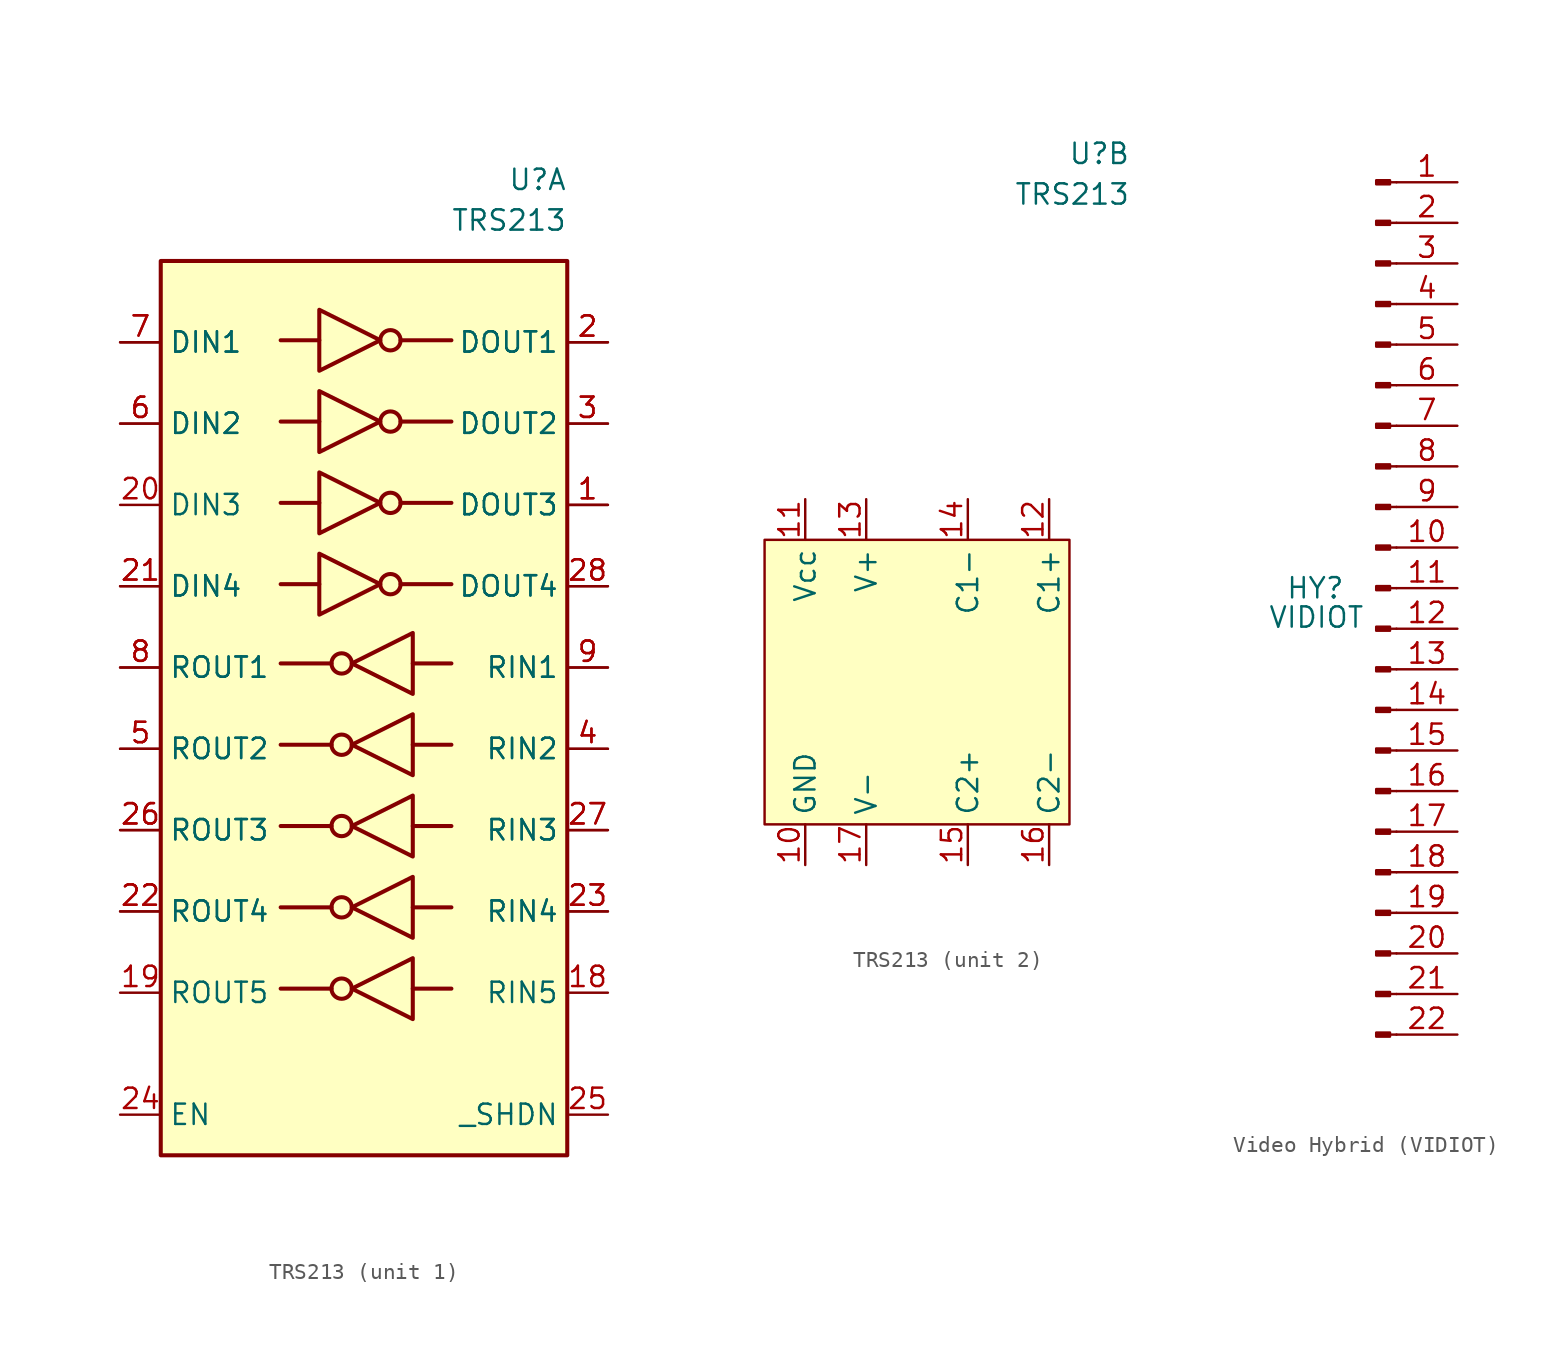
<source format=kicad_sym>
(kicad_symbol_lib
  (version 20220914)
  (generator kicad_symbol_editor)
  (symbol "TRS213"
    (property "Reference" "U"
      (at 12.7 33.02 0)
      (effects (font (size 1.27 1.27)) (justify right)))
    (property "Value" "TRS213"
      (at 12.7 30.48 0)
      (effects (font (size 1.27 1.27)) (justify right)))
    (property "ki_locked" ""
      (at 0 0 0)
      (effects (font (size 1.27 1.27))))
    (symbol "TRS213_1_0"
      (pin input line (at 15.24 -17.78 180) (length 2.54) (name "RIN5" (effects (font (size 1.27 1.27)))) (number "18" (effects (font (size 1.27 1.27)))))
      (pin output line (at -15.24 -17.78 0) (length 2.54) (name "ROUT5" (effects (font (size 1.27 1.27)))) (number "19" (effects (font (size 1.27 1.27)))))
      (pin input line (at -15.24 12.7 0) (length 2.54) (name "DIN3" (effects (font (size 1.27 1.27)))) (number "20" (effects (font (size 1.27 1.27)))))
      (pin input line (at -15.24 7.62 0) (length 2.54) (name "DIN4" (effects (font (size 1.27 1.27)))) (number "21" (effects (font (size 1.27 1.27)))))
      (pin input line (at -15.24 7.62 0) (length 2.54) (name "DIN4" (effects (font (size 1.27 1.27)))) (number "21" (effects (font (size 1.27 1.27)))))
      (pin output line (at -15.24 -12.7 0) (length 2.54) (name "ROUT4" (effects (font (size 1.27 1.27)))) (number "22" (effects (font (size 1.27 1.27)))))
      (pin output line (at -15.24 -12.7 0) (length 2.54) (name "ROUT4" (effects (font (size 1.27 1.27)))) (number "22" (effects (font (size 1.27 1.27)))))
      (pin input line (at 15.24 -12.7 180) (length 2.54) (name "RIN4" (effects (font (size 1.27 1.27)))) (number "23" (effects (font (size 1.27 1.27)))))
      (pin input line (at 15.24 -12.7 180) (length 2.54) (name "RIN4" (effects (font (size 1.27 1.27)))) (number "23" (effects (font (size 1.27 1.27)))))
      (pin input line (at -15.24 -25.4 0) (length 2.54) (name "EN" (effects (font (size 1.27 1.27)))) (number "24" (effects (font (size 1.27 1.27)))))
      (pin input line (at 15.24 -25.4 180) (length 2.54) (name "_SHDN" (effects (font (size 1.27 1.27)))) (number "25" (effects (font (size 1.27 1.27)))))
      (pin output line (at -15.24 -7.62 0) (length 2.54) (name "ROUT3" (effects (font (size 1.27 1.27)))) (number "26" (effects (font (size 1.27 1.27)))))
      (pin output line (at -15.24 -7.62 0) (length 2.54) (name "ROUT3" (effects (font (size 1.27 1.27)))) (number "26" (effects (font (size 1.27 1.27)))))
      (pin input line (at 15.24 -7.62 180) (length 2.54) (name "RIN3" (effects (font (size 1.27 1.27)))) (number "27" (effects (font (size 1.27 1.27)))))
      (pin input line (at 15.24 -7.62 180) (length 2.54) (name "RIN3" (effects (font (size 1.27 1.27)))) (number "27" (effects (font (size 1.27 1.27)))))
      (pin output line (at 15.24 7.62 180) (length 2.54) (name "DOUT4" (effects (font (size 1.27 1.27)))) (number "28" (effects (font (size 1.27 1.27)))))
      (pin output line (at 15.24 7.62 180) (length 2.54) (name "DOUT4" (effects (font (size 1.27 1.27)))) (number "28" (effects (font (size 1.27 1.27))))))
    (symbol "TRS213_1_1"
      (rectangle (start -12.7 27.94) (end 12.7 -27.94) (stroke (width 0.254) (type default)) (fill (type background)))
      (circle (center -1.397 -17.526) (radius 0.635) (stroke (width 0.254) (type default)) (fill (type none)))
      (circle (center -1.397 -12.446) (radius 0.635) (stroke (width 0.254) (type default)) (fill (type none)))
      (circle (center -1.397 -7.366) (radius 0.635) (stroke (width 0.254) (type default)) (fill (type none)))
      (circle (center -1.397 -2.286) (radius 0.635) (stroke (width 0.254) (type default)) (fill (type none)))
      (circle (center -1.397 2.794) (radius 0.635) (stroke (width 0.254) (type default)) (fill (type none)))
      (polyline (pts (xy -2.794 7.747) (xy -5.207 7.747)) (stroke (width 0.254) (type default)) (fill (type none)))
      (polyline (pts (xy -2.794 12.827) (xy -5.207 12.827)) (stroke (width 0.254) (type default)) (fill (type none)))
      (polyline (pts (xy -2.794 17.907) (xy -5.207 17.907)) (stroke (width 0.254) (type default)) (fill (type none)))
      (polyline (pts (xy -2.794 22.987) (xy -5.207 22.987)) (stroke (width 0.254) (type default)) (fill (type none)))
      (polyline (pts (xy -2.032 -17.526) (xy -5.207 -17.526)) (stroke (width 0.254) (type default)) (fill (type none)))
      (polyline (pts (xy -2.032 -12.446) (xy -5.207 -12.446)) (stroke (width 0.254) (type default)) (fill (type none)))
      (polyline (pts (xy -2.032 -7.366) (xy -5.207 -7.366)) (stroke (width 0.254) (type default)) (fill (type none)))
      (polyline (pts (xy -2.032 -2.286) (xy -5.207 -2.286)) (stroke (width 0.254) (type default)) (fill (type none)))
      (polyline (pts (xy -2.032 2.794) (xy -5.207 2.794)) (stroke (width 0.254) (type default)) (fill (type none)))
      (polyline (pts (xy 2.286 7.747) (xy 5.461 7.747)) (stroke (width 0.254) (type default)) (fill (type none)))
      (polyline (pts (xy 2.286 12.827) (xy 5.461 12.827)) (stroke (width 0.254) (type default)) (fill (type none)))
      (polyline (pts (xy 2.286 17.907) (xy 5.461 17.907)) (stroke (width 0.254) (type default)) (fill (type none)))
      (polyline (pts (xy 2.286 22.987) (xy 5.461 22.987)) (stroke (width 0.254) (type default)) (fill (type none)))
      (polyline (pts (xy 3.048 -17.526) (xy 5.461 -17.526)) (stroke (width 0.254) (type default)) (fill (type none)))
      (polyline (pts (xy 3.048 -12.446) (xy 5.461 -12.446)) (stroke (width 0.254) (type default)) (fill (type none)))
      (polyline (pts (xy 3.048 -7.366) (xy 5.461 -7.366)) (stroke (width 0.254) (type default)) (fill (type none)))
      (polyline (pts (xy 3.048 -2.286) (xy 5.461 -2.286)) (stroke (width 0.254) (type default)) (fill (type none)))
      (polyline (pts (xy 3.048 2.794) (xy 5.461 2.794)) (stroke (width 0.254) (type default)) (fill (type none)))
      (polyline (pts (xy -2.794 5.842) (xy -2.794 9.652) (xy 1.016 7.747) (xy -2.794 5.842)) (stroke (width 0.254) (type default)) (fill (type none)))
      (polyline (pts (xy -2.794 10.922) (xy -2.794 14.732) (xy 1.016 12.827) (xy -2.794 10.922)) (stroke (width 0.254) (type default)) (fill (type none)))
      (polyline (pts (xy -2.794 16.002) (xy -2.794 19.812) (xy 1.016 17.907) (xy -2.794 16.002)) (stroke (width 0.254) (type default)) (fill (type none)))
      (polyline (pts (xy -2.794 21.082) (xy -2.794 24.892) (xy 1.016 22.987) (xy -2.794 21.082)) (stroke (width 0.254) (type default)) (fill (type none)))
      (polyline (pts (xy 3.048 -15.621) (xy 3.048 -19.431) (xy -0.762 -17.526) (xy 3.048 -15.621)) (stroke (width 0.254) (type default)) (fill (type none)))
      (polyline (pts (xy 3.048 -10.541) (xy 3.048 -14.351) (xy -0.762 -12.446) (xy 3.048 -10.541)) (stroke (width 0.254) (type default)) (fill (type none)))
      (polyline (pts (xy 3.048 -5.461) (xy 3.048 -9.271) (xy -0.762 -7.366) (xy 3.048 -5.461)) (stroke (width 0.254) (type default)) (fill (type none)))
      (polyline (pts (xy 3.048 -0.381) (xy 3.048 -4.191) (xy -0.762 -2.286) (xy 3.048 -0.381)) (stroke (width 0.254) (type default)) (fill (type none)))
      (polyline (pts (xy 3.048 4.699) (xy 3.048 0.889) (xy -0.762 2.794) (xy 3.048 4.699)) (stroke (width 0.254) (type default)) (fill (type none)))
      (circle (center 1.651 7.747) (radius 0.635) (stroke (width 0.254) (type default)) (fill (type none)))
      (circle (center 1.651 12.827) (radius 0.635) (stroke (width 0.254) (type default)) (fill (type none)))
      (circle (center 1.651 17.907) (radius 0.635) (stroke (width 0.254) (type default)) (fill (type none)))
      (circle (center 1.651 22.987) (radius 0.635) (stroke (width 0.254) (type default)) (fill (type none)))
      (pin output line (at 15.24 12.7 180) (length 2.54) (name "DOUT3" (effects (font (size 1.27 1.27)))) (number "1" (effects (font (size 1.27 1.27)))))
      (pin output line (at 15.24 12.7 180) (length 2.54) (name "DOUT3" (effects (font (size 1.27 1.27)))) (number "1" (effects (font (size 1.27 1.27)))))
      (pin output line (at 15.24 22.86 180) (length 2.54) (name "DOUT1" (effects (font (size 1.27 1.27)))) (number "2" (effects (font (size 1.27 1.27)))))
      (pin output line (at 15.24 22.86 180) (length 2.54) (name "DOUT1" (effects (font (size 1.27 1.27)))) (number "2" (effects (font (size 1.27 1.27)))))
      (pin output line (at 15.24 17.78 180) (length 2.54) (name "DOUT2" (effects (font (size 1.27 1.27)))) (number "3" (effects (font (size 1.27 1.27)))))
      (pin output line (at 15.24 17.78 180) (length 2.54) (name "DOUT2" (effects (font (size 1.27 1.27)))) (number "3" (effects (font (size 1.27 1.27)))))
      (pin input line (at 15.24 -2.54 180) (length 2.54) (name "RIN2" (effects (font (size 1.27 1.27)))) (number "4" (effects (font (size 1.27 1.27)))))
      (pin input line (at 15.24 -2.54 180) (length 2.54) (name "RIN2" (effects (font (size 1.27 1.27)))) (number "4" (effects (font (size 1.27 1.27)))))
      (pin output line (at -15.24 -2.54 0) (length 2.54) (name "ROUT2" (effects (font (size 1.27 1.27)))) (number "5" (effects (font (size 1.27 1.27)))))
      (pin output line (at -15.24 -2.54 0) (length 2.54) (name "ROUT2" (effects (font (size 1.27 1.27)))) (number "5" (effects (font (size 1.27 1.27)))))
      (pin input line (at -15.24 17.78 0) (length 2.54) (name "DIN2" (effects (font (size 1.27 1.27)))) (number "6" (effects (font (size 1.27 1.27)))))
      (pin input line (at -15.24 17.78 0) (length 2.54) (name "DIN2" (effects (font (size 1.27 1.27)))) (number "6" (effects (font (size 1.27 1.27)))))
      (pin input line (at -15.24 22.86 0) (length 2.54) (name "DIN1" (effects (font (size 1.27 1.27)))) (number "7" (effects (font (size 1.27 1.27)))))
      (pin input line (at -15.24 22.86 0) (length 2.54) (name "DIN1" (effects (font (size 1.27 1.27)))) (number "7" (effects (font (size 1.27 1.27)))))
      (pin output line (at -15.24 2.54 0) (length 2.54) (name "ROUT1" (effects (font (size 1.27 1.27)))) (number "8" (effects (font (size 1.27 1.27)))))
      (pin output line (at -15.24 2.54 0) (length 2.54) (name "ROUT1" (effects (font (size 1.27 1.27)))) (number "8" (effects (font (size 1.27 1.27)))))
      (pin input line (at 15.24 2.54 180) (length 2.54) (name "RIN1" (effects (font (size 1.27 1.27)))) (number "9" (effects (font (size 1.27 1.27)))))
      (pin input line (at 15.24 2.54 180) (length 2.54) (name "RIN1" (effects (font (size 1.27 1.27)))) (number "9" (effects (font (size 1.27 1.27))))))
    (symbol "TRS213_2_0"
      (pin passive line (at -3.81 -11.43 90) (length 2.54) (name "V-" (effects (font (size 1.27 1.27)))) (number "17" (effects (font (size 1.27 1.27))))))
    (symbol "TRS213_2_1"
      (rectangle (start -10.16 8.89) (end 8.89 -8.89) (stroke (width 0) (type default)) (fill (type background)))
      (pin power_in line (at -7.62 -11.43 90) (length 2.54) (name "GND" (effects (font (size 1.27 1.27)))) (number "10" (effects (font (size 1.27 1.27)))))
      (pin power_in line (at -7.62 11.43 270) (length 2.54) (name "Vcc" (effects (font (size 1.27 1.27)))) (number "11" (effects (font (size 1.27 1.27)))))
      (pin passive line (at 7.62 11.43 270) (length 2.54) (name "C1+" (effects (font (size 1.27 1.27)))) (number "12" (effects (font (size 1.27 1.27)))))
      (pin passive line (at -3.81 11.43 270) (length 2.54) (name "V+" (effects (font (size 1.27 1.27)))) (number "13" (effects (font (size 1.27 1.27)))))
      (pin passive line (at 2.54 11.43 270) (length 2.54) (name "C1-" (effects (font (size 1.27 1.27)))) (number "14" (effects (font (size 1.27 1.27)))))
      (pin passive line (at 2.54 -11.43 90) (length 2.54) (name "C2+" (effects (font (size 1.27 1.27)))) (number "15" (effects (font (size 1.27 1.27)))))
      (pin passive line (at 7.62 -11.43 90) (length 2.54) (name "C2-" (effects (font (size 1.27 1.27)))) (number "16" (effects (font (size 1.27 1.27)))))))
  (symbol "Video Hybrid (VIDIOT)"
    (pin_names
      (offset 1.016) hide)
    (property "Reference" "HY"
      (at -3.81 0 0)
      (effects (font (size 1.27 1.27))))
    (property "Value" "VIDIOT"
      (at -0.711 -1.829 0)
      (effects (font (size 1.27 1.27)) (justify right)))
    (symbol "Video Hybrid (VIDIOT)_1_1"
      (polyline (pts (xy 1.27 -27.94) (xy 0.864 -27.94)) (stroke (width 0.152) (type solid)) (fill (type none)))
      (polyline (pts (xy 1.27 -25.4) (xy 0.864 -25.4)) (stroke (width 0.152) (type solid)) (fill (type none)))
      (polyline (pts (xy 1.27 -22.86) (xy 0.864 -22.86)) (stroke (width 0.152) (type solid)) (fill (type none)))
      (polyline (pts (xy 1.27 -20.32) (xy 0.864 -20.32)) (stroke (width 0.152) (type solid)) (fill (type none)))
      (polyline (pts (xy 1.27 -17.78) (xy 0.864 -17.78)) (stroke (width 0.152) (type solid)) (fill (type none)))
      (polyline (pts (xy 1.27 -15.24) (xy 0.864 -15.24)) (stroke (width 0.152) (type solid)) (fill (type none)))
      (polyline (pts (xy 1.27 -12.7) (xy 0.864 -12.7)) (stroke (width 0.152) (type solid)) (fill (type none)))
      (polyline (pts (xy 1.27 -10.16) (xy 0.864 -10.16)) (stroke (width 0.152) (type solid)) (fill (type none)))
      (polyline (pts (xy 1.27 -7.62) (xy 0.864 -7.62)) (stroke (width 0.152) (type solid)) (fill (type none)))
      (polyline (pts (xy 1.27 -5.08) (xy 0.864 -5.08)) (stroke (width 0.152) (type solid)) (fill (type none)))
      (polyline (pts (xy 1.27 -2.54) (xy 0.864 -2.54)) (stroke (width 0.152) (type solid)) (fill (type none)))
      (polyline (pts (xy 1.27 0) (xy 0.864 0)) (stroke (width 0.152) (type solid)) (fill (type none)))
      (polyline (pts (xy 1.27 2.54) (xy 0.864 2.54)) (stroke (width 0.152) (type solid)) (fill (type none)))
      (polyline (pts (xy 1.27 5.08) (xy 0.864 5.08)) (stroke (width 0.152) (type solid)) (fill (type none)))
      (polyline (pts (xy 1.27 7.62) (xy 0.864 7.62)) (stroke (width 0.152) (type solid)) (fill (type none)))
      (polyline (pts (xy 1.27 10.16) (xy 0.864 10.16)) (stroke (width 0.152) (type solid)) (fill (type none)))
      (polyline (pts (xy 1.27 12.7) (xy 0.864 12.7)) (stroke (width 0.152) (type solid)) (fill (type none)))
      (polyline (pts (xy 1.27 15.24) (xy 0.864 15.24)) (stroke (width 0.152) (type solid)) (fill (type none)))
      (polyline (pts (xy 1.27 17.78) (xy 0.864 17.78)) (stroke (width 0.152) (type solid)) (fill (type none)))
      (polyline (pts (xy 1.27 20.32) (xy 0.864 20.32)) (stroke (width 0.152) (type solid)) (fill (type none)))
      (polyline (pts (xy 1.27 22.86) (xy 0.864 22.86)) (stroke (width 0.152) (type solid)) (fill (type none)))
      (polyline (pts (xy 1.27 25.4) (xy 0.864 25.4)) (stroke (width 0.152) (type solid)) (fill (type none)))
      (rectangle (start 0.864 -27.813) (end 0 -28.067) (stroke (width 0.152) (type solid)) (fill (type outline)))
      (rectangle (start 0.864 -25.273) (end 0 -25.527) (stroke (width 0.152) (type solid)) (fill (type outline)))
      (rectangle (start 0.864 -22.733) (end 0 -22.987) (stroke (width 0.152) (type solid)) (fill (type outline)))
      (rectangle (start 0.864 -20.193) (end 0 -20.447) (stroke (width 0.152) (type solid)) (fill (type outline)))
      (rectangle (start 0.864 -17.653) (end 0 -17.907) (stroke (width 0.152) (type solid)) (fill (type outline)))
      (rectangle (start 0.864 -15.113) (end 0 -15.367) (stroke (width 0.152) (type solid)) (fill (type outline)))
      (rectangle (start 0.864 -12.573) (end 0 -12.827) (stroke (width 0.152) (type solid)) (fill (type outline)))
      (rectangle (start 0.864 -10.033) (end 0 -10.287) (stroke (width 0.152) (type solid)) (fill (type outline)))
      (rectangle (start 0.864 -7.493) (end 0 -7.747) (stroke (width 0.152) (type solid)) (fill (type outline)))
      (rectangle (start 0.864 -4.953) (end 0 -5.207) (stroke (width 0.152) (type solid)) (fill (type outline)))
      (rectangle (start 0.864 -2.413) (end 0 -2.667) (stroke (width 0.152) (type solid)) (fill (type outline)))
      (rectangle (start 0.864 0.127) (end 0 -0.127) (stroke (width 0.152) (type solid)) (fill (type outline)))
      (rectangle (start 0.864 2.667) (end 0 2.413) (stroke (width 0.152) (type solid)) (fill (type outline)))
      (rectangle (start 0.864 5.207) (end 0 4.953) (stroke (width 0.152) (type solid)) (fill (type outline)))
      (rectangle (start 0.864 7.747) (end 0 7.493) (stroke (width 0.152) (type solid)) (fill (type outline)))
      (rectangle (start 0.864 10.287) (end 0 10.033) (stroke (width 0.152) (type solid)) (fill (type outline)))
      (rectangle (start 0.864 12.827) (end 0 12.573) (stroke (width 0.152) (type solid)) (fill (type outline)))
      (rectangle (start 0.864 15.367) (end 0 15.113) (stroke (width 0.152) (type solid)) (fill (type outline)))
      (rectangle (start 0.864 17.907) (end 0 17.653) (stroke (width 0.152) (type solid)) (fill (type outline)))
      (rectangle (start 0.864 20.447) (end 0 20.193) (stroke (width 0.152) (type solid)) (fill (type outline)))
      (rectangle (start 0.864 22.987) (end 0 22.733) (stroke (width 0.152) (type solid)) (fill (type outline)))
      (rectangle (start 0.864 25.527) (end 0 25.273) (stroke (width 0.152) (type solid)) (fill (type outline)))
      (pin passive line (at 5.08 25.4 180) (length 3.81) (name "Pin_1" (effects (font (size 1.27 1.27)))) (number "1" (effects (font (size 1.27 1.27)))))
      (pin passive line (at 5.08 2.54 180) (length 3.81) (name "Pin_10" (effects (font (size 1.27 1.27)))) (number "10" (effects (font (size 1.27 1.27)))))
      (pin passive line (at 5.08 0 180) (length 3.81) (name "Pin_11" (effects (font (size 1.27 1.27)))) (number "11" (effects (font (size 1.27 1.27)))))
      (pin passive line (at 5.08 -2.54 180) (length 3.81) (name "Pin_12" (effects (font (size 1.27 1.27)))) (number "12" (effects (font (size 1.27 1.27)))))
      (pin passive line (at 5.08 -5.08 180) (length 3.81) (name "Pin_13" (effects (font (size 1.27 1.27)))) (number "13" (effects (font (size 1.27 1.27)))))
      (pin passive line (at 5.08 -7.62 180) (length 3.81) (name "Pin_14" (effects (font (size 1.27 1.27)))) (number "14" (effects (font (size 1.27 1.27)))))
      (pin passive line (at 5.08 -10.16 180) (length 3.81) (name "Pin_15" (effects (font (size 1.27 1.27)))) (number "15" (effects (font (size 1.27 1.27)))))
      (pin passive line (at 5.08 -12.7 180) (length 3.81) (name "Pin_16" (effects (font (size 1.27 1.27)))) (number "16" (effects (font (size 1.27 1.27)))))
      (pin passive line (at 5.08 -15.24 180) (length 3.81) (name "Pin_17" (effects (font (size 1.27 1.27)))) (number "17" (effects (font (size 1.27 1.27)))))
      (pin passive line (at 5.08 -17.78 180) (length 3.81) (name "Pin_18" (effects (font (size 1.27 1.27)))) (number "18" (effects (font (size 1.27 1.27)))))
      (pin passive line (at 5.08 -20.32 180) (length 3.81) (name "Pin_19" (effects (font (size 1.27 1.27)))) (number "19" (effects (font (size 1.27 1.27)))))
      (pin passive line (at 5.08 22.86 180) (length 3.81) (name "Pin_2" (effects (font (size 1.27 1.27)))) (number "2" (effects (font (size 1.27 1.27)))))
      (pin passive line (at 5.08 -22.86 180) (length 3.81) (name "Pin_20" (effects (font (size 1.27 1.27)))) (number "20" (effects (font (size 1.27 1.27)))))
      (pin passive line (at 5.08 -25.4 180) (length 3.81) (name "Pin_21" (effects (font (size 1.27 1.27)))) (number "21" (effects (font (size 1.27 1.27)))))
      (pin passive line (at 5.08 -27.94 180) (length 3.81) (name "Pin_22" (effects (font (size 1.27 1.27)))) (number "22" (effects (font (size 1.27 1.27)))))
      (pin passive line (at 5.08 20.32 180) (length 3.81) (name "Pin_3" (effects (font (size 1.27 1.27)))) (number "3" (effects (font (size 1.27 1.27)))))
      (pin passive line (at 5.08 17.78 180) (length 3.81) (name "Pin_4" (effects (font (size 1.27 1.27)))) (number "4" (effects (font (size 1.27 1.27)))))
      (pin passive line (at 5.08 15.24 180) (length 3.81) (name "Pin_5" (effects (font (size 1.27 1.27)))) (number "5" (effects (font (size 1.27 1.27)))))
      (pin passive line (at 5.08 12.7 180) (length 3.81) (name "Pin_6" (effects (font (size 1.27 1.27)))) (number "6" (effects (font (size 1.27 1.27)))))
      (pin passive line (at 5.08 10.16 180) (length 3.81) (name "Pin_7" (effects (font (size 1.27 1.27)))) (number "7" (effects (font (size 1.27 1.27)))))
      (pin passive line (at 5.08 7.62 180) (length 3.81) (name "Pin_8" (effects (font (size 1.27 1.27)))) (number "8" (effects (font (size 1.27 1.27)))))
      (pin passive line (at 5.08 5.08 180) (length 3.81) (name "Pin_9" (effects (font (size 1.27 1.27)))) (number "9" (effects (font (size 1.27 1.27))))))))
</source>
